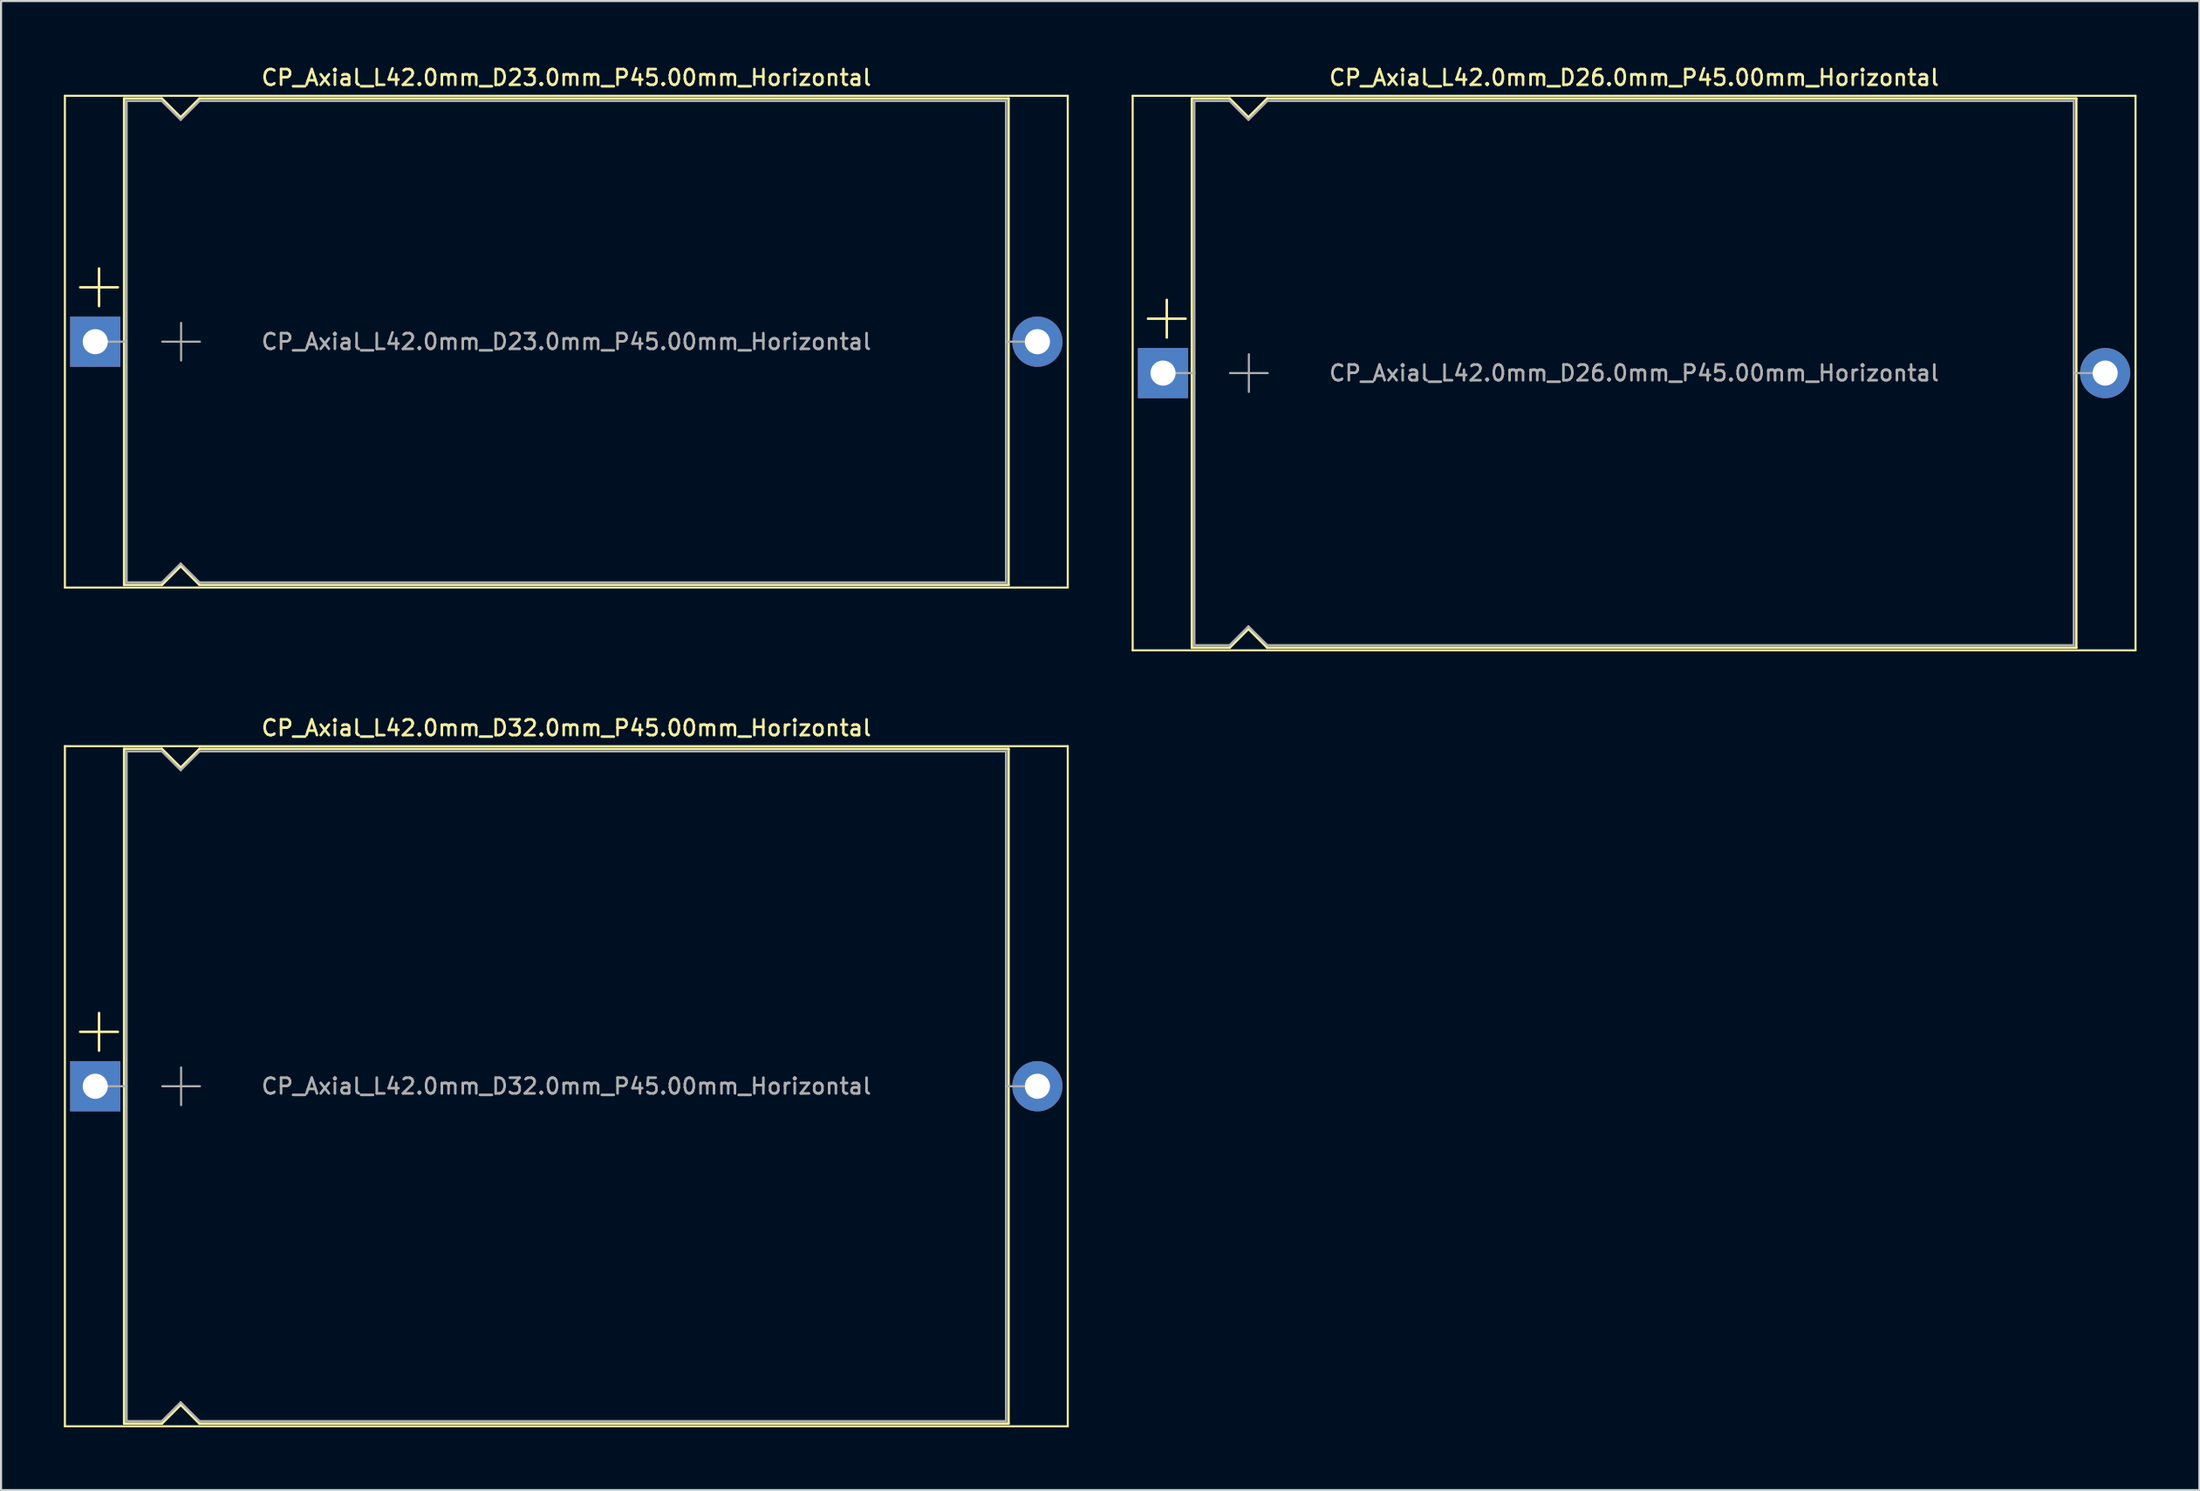
<source format=kicad_pcb>
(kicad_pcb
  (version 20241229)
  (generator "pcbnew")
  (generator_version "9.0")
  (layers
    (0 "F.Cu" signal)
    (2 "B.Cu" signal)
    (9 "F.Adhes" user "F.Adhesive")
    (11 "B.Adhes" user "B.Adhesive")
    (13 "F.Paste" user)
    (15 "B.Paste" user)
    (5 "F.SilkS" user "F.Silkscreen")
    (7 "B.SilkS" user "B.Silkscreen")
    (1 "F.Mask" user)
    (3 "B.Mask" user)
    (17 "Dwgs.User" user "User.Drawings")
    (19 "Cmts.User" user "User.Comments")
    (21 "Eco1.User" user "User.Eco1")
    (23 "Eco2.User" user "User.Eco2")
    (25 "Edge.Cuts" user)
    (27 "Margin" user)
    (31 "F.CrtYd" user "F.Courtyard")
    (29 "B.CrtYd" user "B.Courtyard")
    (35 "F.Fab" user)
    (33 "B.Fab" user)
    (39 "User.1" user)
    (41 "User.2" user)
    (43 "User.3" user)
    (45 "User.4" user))
  (footprint "CP_Axial_L42.0mm_D23.0mm_P45.00mm_Horizontal"
    (layer "F.Cu")
    (at 1.5 13.278)
    (property "Reference" "CP_Axial_L42.0mm_D23.0mm_P45.00mm_Horizontal" (at 22.5 -12.62 0) (layer "F.SilkS") (effects (font (size 0.75 0.75) (thickness 0.125))))
    (attr through_hole)
    (fp_line (start -1.45 -11.75) (end -1.45 11.75) (stroke (width 0.1) (type solid)) (layer "F.SilkS"))
    (fp_line (start -1.45 11.75) (end 46.45 11.75) (stroke (width 0.1) (type solid)) (layer "F.SilkS"))
    (fp_line (start -0.72 -2.6) (end 1.08 -2.6) (stroke (width 0.12) (type solid)) (layer "F.SilkS"))
    (fp_line (start 0.18 -3.5) (end 0.18 -1.7) (stroke (width 0.12) (type solid)) (layer "F.SilkS"))
    (fp_line (start 1.38 -11.62) (end 1.38 11.62) (stroke (width 0.12) (type solid)) (layer "F.SilkS"))
    (fp_line (start 1.38 -11.62) (end 3.18 -11.62) (stroke (width 0.12) (type solid)) (layer "F.SilkS"))
    (fp_line (start 1.38 11.62) (end 3.18 11.62) (stroke (width 0.12) (type solid)) (layer "F.SilkS"))
    (fp_line (start 3.18 -11.62) (end 4.08 -10.72) (stroke (width 0.12) (type solid)) (layer "F.SilkS"))
    (fp_line (start 3.18 11.62) (end 4.08 10.72) (stroke (width 0.12) (type solid)) (layer "F.SilkS"))
    (fp_line (start 4.08 -10.72) (end 4.98 -11.62) (stroke (width 0.12) (type solid)) (layer "F.SilkS"))
    (fp_line (start 4.08 10.72) (end 4.98 11.62) (stroke (width 0.12) (type solid)) (layer "F.SilkS"))
    (fp_line (start 4.98 -11.62) (end 43.62 -11.62) (stroke (width 0.12) (type solid)) (layer "F.SilkS"))
    (fp_line (start 4.98 11.62) (end 43.62 11.62) (stroke (width 0.12) (type solid)) (layer "F.SilkS"))
    (fp_line (start 43.62 -11.62) (end 43.62 11.62) (stroke (width 0.12) (type solid)) (layer "F.SilkS"))
    (fp_line (start 46.45 -11.75) (end -1.45 -11.75) (stroke (width 0.1) (type solid)) (layer "F.SilkS"))
    (fp_line (start 46.45 11.75) (end 46.45 -11.75) (stroke (width 0.1) (type solid)) (layer "F.SilkS"))
    (fp_line (start 0 0) (end 1.5 0) (stroke (width 0.1) (type solid)) (layer "F.Fab"))
    (fp_line (start 1.5 -11.5) (end 1.5 11.5) (stroke (width 0.1) (type solid)) (layer "F.Fab"))
    (fp_line (start 1.5 -11.5) (end 3.18 -11.5) (stroke (width 0.1) (type solid)) (layer "F.Fab"))
    (fp_line (start 1.5 11.5) (end 3.18 11.5) (stroke (width 0.1) (type solid)) (layer "F.Fab"))
    (fp_line (start 3.18 -11.5) (end 4.08 -10.6) (stroke (width 0.1) (type solid)) (layer "F.Fab"))
    (fp_line (start 3.18 11.5) (end 4.08 10.6) (stroke (width 0.1) (type solid)) (layer "F.Fab"))
    (fp_line (start 3.2 0) (end 5 0) (stroke (width 0.1) (type solid)) (layer "F.Fab"))
    (fp_line (start 4.08 -10.6) (end 4.98 -11.5) (stroke (width 0.1) (type solid)) (layer "F.Fab"))
    (fp_line (start 4.08 10.6) (end 4.98 11.5) (stroke (width 0.1) (type solid)) (layer "F.Fab"))
    (fp_line (start 4.1 -0.9) (end 4.1 0.9) (stroke (width 0.1) (type solid)) (layer "F.Fab"))
    (fp_line (start 4.98 -11.5) (end 43.5 -11.5) (stroke (width 0.1) (type solid)) (layer "F.Fab"))
    (fp_line (start 4.98 11.5) (end 43.5 11.5) (stroke (width 0.1) (type solid)) (layer "F.Fab"))
    (fp_line (start 43.5 -11.5) (end 43.5 11.5) (stroke (width 0.1) (type solid)) (layer "F.Fab"))
    (fp_line (start 45 0) (end 43.5 0) (stroke (width 0.1) (type solid)) (layer "F.Fab"))
    (fp_text user "${REFERENCE}" (at 22.5 0 0) (layer "F.Fab") (effects (font (size 0.75 0.75) (thickness 0.125))))
    (pad "1" thru_hole rect (at 0 0) (size 2.4 2.4) (drill 1.2) (layers "*.Cu" "*.Mask"))
    (pad "2" thru_hole oval (at 45 0) (size 2.4 2.4) (drill 1.2) (layers "*.Cu" "*.Mask")))
  (footprint "CP_Axial_L42.0mm_D32.0mm_P45.00mm_Horizontal"
    (layer "F.Cu")
    (at 1.5 48.856)
    (property "Reference" "CP_Axial_L42.0mm_D32.0mm_P45.00mm_Horizontal" (at 22.5 -17.12 0) (layer "F.SilkS") (effects (font (size 0.75 0.75) (thickness 0.125))))
    (attr through_hole)
    (fp_line (start -1.45 -16.25) (end -1.45 16.25) (stroke (width 0.1) (type solid)) (layer "F.SilkS"))
    (fp_line (start -1.45 16.25) (end 46.45 16.25) (stroke (width 0.1) (type solid)) (layer "F.SilkS"))
    (fp_line (start -0.72 -2.6) (end 1.08 -2.6) (stroke (width 0.12) (type solid)) (layer "F.SilkS"))
    (fp_line (start 0.18 -3.5) (end 0.18 -1.7) (stroke (width 0.12) (type solid)) (layer "F.SilkS"))
    (fp_line (start 1.38 -16.12) (end 1.38 16.12) (stroke (width 0.12) (type solid)) (layer "F.SilkS"))
    (fp_line (start 1.38 -16.12) (end 3.18 -16.12) (stroke (width 0.12) (type solid)) (layer "F.SilkS"))
    (fp_line (start 1.38 16.12) (end 3.18 16.12) (stroke (width 0.12) (type solid)) (layer "F.SilkS"))
    (fp_line (start 3.18 -16.12) (end 4.08 -15.22) (stroke (width 0.12) (type solid)) (layer "F.SilkS"))
    (fp_line (start 3.18 16.12) (end 4.08 15.22) (stroke (width 0.12) (type solid)) (layer "F.SilkS"))
    (fp_line (start 4.08 -15.22) (end 4.98 -16.12) (stroke (width 0.12) (type solid)) (layer "F.SilkS"))
    (fp_line (start 4.08 15.22) (end 4.98 16.12) (stroke (width 0.12) (type solid)) (layer "F.SilkS"))
    (fp_line (start 4.98 -16.12) (end 43.62 -16.12) (stroke (width 0.12) (type solid)) (layer "F.SilkS"))
    (fp_line (start 4.98 16.12) (end 43.62 16.12) (stroke (width 0.12) (type solid)) (layer "F.SilkS"))
    (fp_line (start 43.62 -16.12) (end 43.62 16.12) (stroke (width 0.12) (type solid)) (layer "F.SilkS"))
    (fp_line (start 46.45 -16.25) (end -1.45 -16.25) (stroke (width 0.1) (type solid)) (layer "F.SilkS"))
    (fp_line (start 46.45 16.25) (end 46.45 -16.25) (stroke (width 0.1) (type solid)) (layer "F.SilkS"))
    (fp_line (start 0 0) (end 1.5 0) (stroke (width 0.1) (type solid)) (layer "F.Fab"))
    (fp_line (start 1.5 -16) (end 1.5 16) (stroke (width 0.1) (type solid)) (layer "F.Fab"))
    (fp_line (start 1.5 -16) (end 3.18 -16) (stroke (width 0.1) (type solid)) (layer "F.Fab"))
    (fp_line (start 1.5 16) (end 3.18 16) (stroke (width 0.1) (type solid)) (layer "F.Fab"))
    (fp_line (start 3.18 -16) (end 4.08 -15.1) (stroke (width 0.1) (type solid)) (layer "F.Fab"))
    (fp_line (start 3.18 16) (end 4.08 15.1) (stroke (width 0.1) (type solid)) (layer "F.Fab"))
    (fp_line (start 3.2 0) (end 5 0) (stroke (width 0.1) (type solid)) (layer "F.Fab"))
    (fp_line (start 4.08 -15.1) (end 4.98 -16) (stroke (width 0.1) (type solid)) (layer "F.Fab"))
    (fp_line (start 4.08 15.1) (end 4.98 16) (stroke (width 0.1) (type solid)) (layer "F.Fab"))
    (fp_line (start 4.1 -0.9) (end 4.1 0.9) (stroke (width 0.1) (type solid)) (layer "F.Fab"))
    (fp_line (start 4.98 -16) (end 43.5 -16) (stroke (width 0.1) (type solid)) (layer "F.Fab"))
    (fp_line (start 4.98 16) (end 43.5 16) (stroke (width 0.1) (type solid)) (layer "F.Fab"))
    (fp_line (start 43.5 -16) (end 43.5 16) (stroke (width 0.1) (type solid)) (layer "F.Fab"))
    (fp_line (start 45 0) (end 43.5 0) (stroke (width 0.1) (type solid)) (layer "F.Fab"))
    (fp_text user "${REFERENCE}" (at 22.5 0 0) (layer "F.Fab") (effects (font (size 0.75 0.75) (thickness 0.125))))
    (pad "1" thru_hole rect (at 0 0) (size 2.4 2.4) (drill 1.2) (layers "*.Cu" "*.Mask"))
    (pad "2" thru_hole oval (at 45 0) (size 2.4 2.4) (drill 1.2) (layers "*.Cu" "*.Mask")))
  (footprint "CP_Axial_L42.0mm_D26.0mm_P45.00mm_Horizontal"
    (layer "F.Cu")
    (at 52.5 14.778)
    (property "Reference" "CP_Axial_L42.0mm_D26.0mm_P45.00mm_Horizontal" (at 22.5 -14.12 0) (layer "F.SilkS") (effects (font (size 0.75 0.75) (thickness 0.125))))
    (attr through_hole)
    (fp_line (start -1.45 -13.25) (end -1.45 13.25) (stroke (width 0.1) (type solid)) (layer "F.SilkS"))
    (fp_line (start -1.45 13.25) (end 46.45 13.25) (stroke (width 0.1) (type solid)) (layer "F.SilkS"))
    (fp_line (start -0.72 -2.6) (end 1.08 -2.6) (stroke (width 0.12) (type solid)) (layer "F.SilkS"))
    (fp_line (start 0.18 -3.5) (end 0.18 -1.7) (stroke (width 0.12) (type solid)) (layer "F.SilkS"))
    (fp_line (start 1.38 -13.12) (end 1.38 13.12) (stroke (width 0.12) (type solid)) (layer "F.SilkS"))
    (fp_line (start 1.38 -13.12) (end 3.18 -13.12) (stroke (width 0.12) (type solid)) (layer "F.SilkS"))
    (fp_line (start 1.38 13.12) (end 3.18 13.12) (stroke (width 0.12) (type solid)) (layer "F.SilkS"))
    (fp_line (start 3.18 -13.12) (end 4.08 -12.22) (stroke (width 0.12) (type solid)) (layer "F.SilkS"))
    (fp_line (start 3.18 13.12) (end 4.08 12.22) (stroke (width 0.12) (type solid)) (layer "F.SilkS"))
    (fp_line (start 4.08 -12.22) (end 4.98 -13.12) (stroke (width 0.12) (type solid)) (layer "F.SilkS"))
    (fp_line (start 4.08 12.22) (end 4.98 13.12) (stroke (width 0.12) (type solid)) (layer "F.SilkS"))
    (fp_line (start 4.98 -13.12) (end 43.62 -13.12) (stroke (width 0.12) (type solid)) (layer "F.SilkS"))
    (fp_line (start 4.98 13.12) (end 43.62 13.12) (stroke (width 0.12) (type solid)) (layer "F.SilkS"))
    (fp_line (start 43.62 -13.12) (end 43.62 13.12) (stroke (width 0.12) (type solid)) (layer "F.SilkS"))
    (fp_line (start 46.45 -13.25) (end -1.45 -13.25) (stroke (width 0.1) (type solid)) (layer "F.SilkS"))
    (fp_line (start 46.45 13.25) (end 46.45 -13.25) (stroke (width 0.1) (type solid)) (layer "F.SilkS"))
    (fp_line (start 0 0) (end 1.5 0) (stroke (width 0.1) (type solid)) (layer "F.Fab"))
    (fp_line (start 1.5 -13) (end 1.5 13) (stroke (width 0.1) (type solid)) (layer "F.Fab"))
    (fp_line (start 1.5 -13) (end 3.18 -13) (stroke (width 0.1) (type solid)) (layer "F.Fab"))
    (fp_line (start 1.5 13) (end 3.18 13) (stroke (width 0.1) (type solid)) (layer "F.Fab"))
    (fp_line (start 3.18 -13) (end 4.08 -12.1) (stroke (width 0.1) (type solid)) (layer "F.Fab"))
    (fp_line (start 3.18 13) (end 4.08 12.1) (stroke (width 0.1) (type solid)) (layer "F.Fab"))
    (fp_line (start 3.2 0) (end 5 0) (stroke (width 0.1) (type solid)) (layer "F.Fab"))
    (fp_line (start 4.08 -12.1) (end 4.98 -13) (stroke (width 0.1) (type solid)) (layer "F.Fab"))
    (fp_line (start 4.08 12.1) (end 4.98 13) (stroke (width 0.1) (type solid)) (layer "F.Fab"))
    (fp_line (start 4.1 -0.9) (end 4.1 0.9) (stroke (width 0.1) (type solid)) (layer "F.Fab"))
    (fp_line (start 4.98 -13) (end 43.5 -13) (stroke (width 0.1) (type solid)) (layer "F.Fab"))
    (fp_line (start 4.98 13) (end 43.5 13) (stroke (width 0.1) (type solid)) (layer "F.Fab"))
    (fp_line (start 43.5 -13) (end 43.5 13) (stroke (width 0.1) (type solid)) (layer "F.Fab"))
    (fp_line (start 45 0) (end 43.5 0) (stroke (width 0.1) (type solid)) (layer "F.Fab"))
    (fp_text user "${REFERENCE}" (at 22.5 0 0) (layer "F.Fab") (effects (font (size 0.75 0.75) (thickness 0.125))))
    (pad "1" thru_hole rect (at 0 0) (size 2.4 2.4) (drill 1.2) (layers "*.Cu" "*.Mask"))
    (pad "2" thru_hole oval (at 45 0) (size 2.4 2.4) (drill 1.2) (layers "*.Cu" "*.Mask")))
  (gr_rect
    (start -3 -3)
    (end 102 68.156)
    (stroke (width 0.1) (type default))
    (fill no)
    (layer "Edge.Cuts")))
</source>
